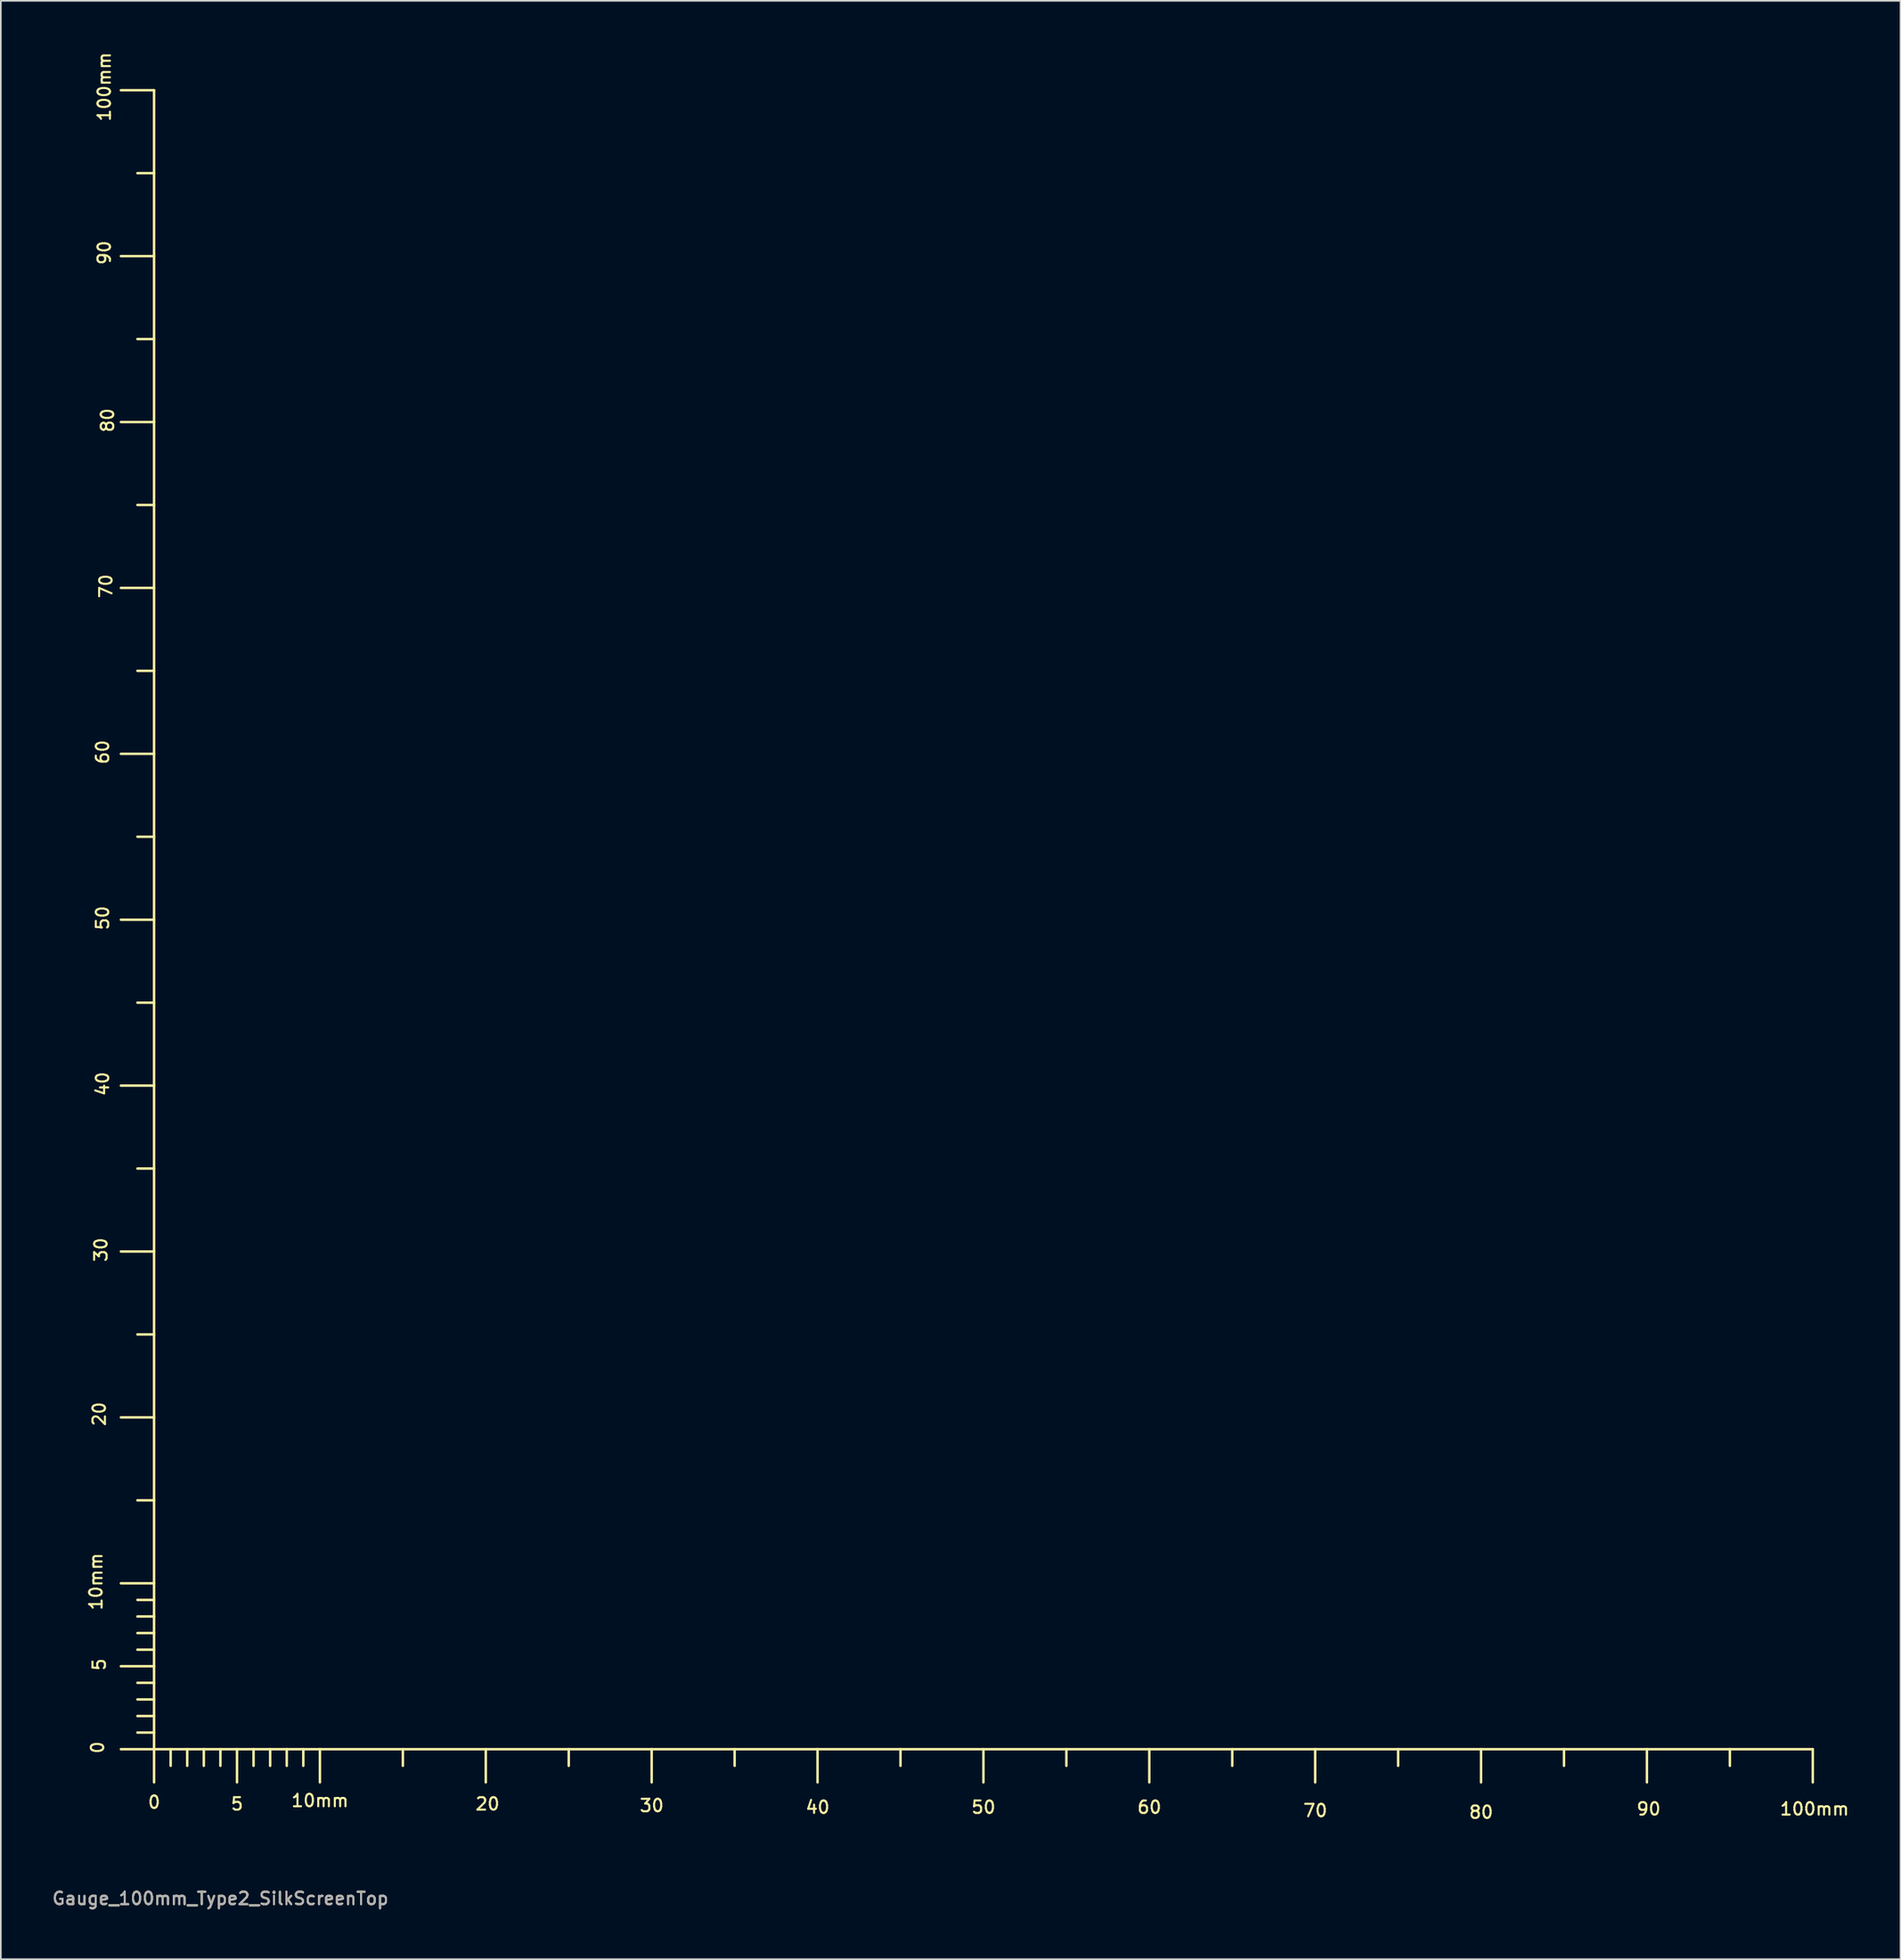
<source format=kicad_pcb>
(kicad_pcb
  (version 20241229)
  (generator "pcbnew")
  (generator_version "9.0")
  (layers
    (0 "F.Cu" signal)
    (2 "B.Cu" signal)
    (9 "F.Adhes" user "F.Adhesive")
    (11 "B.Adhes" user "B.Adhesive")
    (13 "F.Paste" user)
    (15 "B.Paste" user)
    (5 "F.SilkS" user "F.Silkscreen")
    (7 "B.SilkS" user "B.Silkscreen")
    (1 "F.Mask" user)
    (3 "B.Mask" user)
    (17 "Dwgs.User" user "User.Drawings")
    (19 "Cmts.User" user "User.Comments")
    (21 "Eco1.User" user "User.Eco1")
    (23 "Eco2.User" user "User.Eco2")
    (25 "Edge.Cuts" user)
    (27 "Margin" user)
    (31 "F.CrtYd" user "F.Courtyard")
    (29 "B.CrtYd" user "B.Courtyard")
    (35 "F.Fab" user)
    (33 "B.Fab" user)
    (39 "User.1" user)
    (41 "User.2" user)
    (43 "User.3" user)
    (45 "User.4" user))
  (footprint "Gauge_100mm_Type2_SilkScreenTop"
    (layer "F.Cu")
    (at 6.237 102.389)
    (property "Reference" "Gauge_100mm_Type2_SilkScreenTop" (at 4 8.999 0) (layer "F.SilkS") (effects (font (size 0.75 0.75) (thickness 0.125))))
    (attr exclude_from_pos_files exclude_from_bom)
    (fp_line (start 0 -100) (end -1.999 -100) (stroke (width 0.15) (type solid)) (layer "F.SilkS"))
    (fp_line (start 0 -95.001) (end -1.001 -95.001) (stroke (width 0.15) (type solid)) (layer "F.SilkS"))
    (fp_line (start 0 -90) (end -1.999 -90) (stroke (width 0.15) (type solid)) (layer "F.SilkS"))
    (fp_line (start 0 -85.001) (end -1.001 -85.001) (stroke (width 0.15) (type solid)) (layer "F.SilkS"))
    (fp_line (start 0 -80) (end -1.999 -80) (stroke (width 0.15) (type solid)) (layer "F.SilkS"))
    (fp_line (start 0 -75.001) (end -1.001 -75.001) (stroke (width 0.15) (type solid)) (layer "F.SilkS"))
    (fp_line (start 0 -70) (end -1.999 -70) (stroke (width 0.15) (type solid)) (layer "F.SilkS"))
    (fp_line (start 0 -65.001) (end -1.001 -65.001) (stroke (width 0.15) (type solid)) (layer "F.SilkS"))
    (fp_line (start 0 -60) (end -1.999 -60) (stroke (width 0.15) (type solid)) (layer "F.SilkS"))
    (fp_line (start 0 -55.001) (end -1.001 -55.001) (stroke (width 0.15) (type solid)) (layer "F.SilkS"))
    (fp_line (start 0 -50) (end -1.999 -50) (stroke (width 0.15) (type solid)) (layer "F.SilkS"))
    (fp_line (start 0 -45.001) (end -1.001 -45.001) (stroke (width 0.15) (type solid)) (layer "F.SilkS"))
    (fp_line (start 0 -40) (end -1.999 -40) (stroke (width 0.15) (type solid)) (layer "F.SilkS"))
    (fp_line (start 0 -35.001) (end -1.001 -35.001) (stroke (width 0.15) (type solid)) (layer "F.SilkS"))
    (fp_line (start 0 -30) (end -1.999 -30) (stroke (width 0.15) (type solid)) (layer "F.SilkS"))
    (fp_line (start 0 -25.001) (end -1.001 -25.001) (stroke (width 0.15) (type solid)) (layer "F.SilkS"))
    (fp_line (start 0 -20) (end -1.999 -20) (stroke (width 0.15) (type solid)) (layer "F.SilkS"))
    (fp_line (start 0 -15.001) (end -1.001 -15.001) (stroke (width 0.15) (type solid)) (layer "F.SilkS"))
    (fp_line (start 0 -10) (end -1.999 -10) (stroke (width 0.15) (type solid)) (layer "F.SilkS"))
    (fp_line (start 0 -8.999) (end -1.001 -8.999) (stroke (width 0.15) (type solid)) (layer "F.SilkS"))
    (fp_line (start 0 -8.001) (end -1.001 -8.001) (stroke (width 0.15) (type solid)) (layer "F.SilkS"))
    (fp_line (start 0 -7) (end -1.001 -7) (stroke (width 0.15) (type solid)) (layer "F.SilkS"))
    (fp_line (start 0 -5.999) (end -1.001 -5.999) (stroke (width 0.15) (type solid)) (layer "F.SilkS"))
    (fp_line (start 0 -5.001) (end -1.999 -5.001) (stroke (width 0.15) (type solid)) (layer "F.SilkS"))
    (fp_line (start 0 -4) (end -1.001 -4) (stroke (width 0.15) (type solid)) (layer "F.SilkS"))
    (fp_line (start 0 -3) (end -1.001 -3) (stroke (width 0.15) (type solid)) (layer "F.SilkS"))
    (fp_line (start 0 -1.999) (end -1.001 -1.999) (stroke (width 0.15) (type solid)) (layer "F.SilkS"))
    (fp_line (start 0 -1.001) (end -1.001 -1.001) (stroke (width 0.15) (type solid)) (layer "F.SilkS"))
    (fp_line (start 0 0) (end -1.999 0) (stroke (width 0.15) (type solid)) (layer "F.SilkS"))
    (fp_line (start 0 0) (end 0 -100) (stroke (width 0.15) (type solid)) (layer "F.SilkS"))
    (fp_line (start 0 0) (end 0 1.999) (stroke (width 0.15) (type solid)) (layer "F.SilkS"))
    (fp_line (start 0 0) (end 10 0) (stroke (width 0.15) (type solid)) (layer "F.SilkS"))
    (fp_line (start 1.001 0) (end 1.001 1.001) (stroke (width 0.15) (type solid)) (layer "F.SilkS"))
    (fp_line (start 1.999 0) (end 1.999 1.001) (stroke (width 0.15) (type solid)) (layer "F.SilkS"))
    (fp_line (start 3 0) (end 3 1.001) (stroke (width 0.15) (type solid)) (layer "F.SilkS"))
    (fp_line (start 4 0) (end 4 1.001) (stroke (width 0.15) (type solid)) (layer "F.SilkS"))
    (fp_line (start 5.001 0) (end 5.001 1.999) (stroke (width 0.15) (type solid)) (layer "F.SilkS"))
    (fp_line (start 5.999 0) (end 5.999 1.001) (stroke (width 0.15) (type solid)) (layer "F.SilkS"))
    (fp_line (start 7 0) (end 7 1.001) (stroke (width 0.15) (type solid)) (layer "F.SilkS"))
    (fp_line (start 8.001 0) (end 8.001 1.001) (stroke (width 0.15) (type solid)) (layer "F.SilkS"))
    (fp_line (start 8.999 0) (end 8.999 1.001) (stroke (width 0.15) (type solid)) (layer "F.SilkS"))
    (fp_line (start 10 0) (end 10 1.999) (stroke (width 0.15) (type solid)) (layer "F.SilkS"))
    (fp_line (start 10 0) (end 100 0) (stroke (width 0.15) (type solid)) (layer "F.SilkS"))
    (fp_line (start 15.001 0) (end 15.001 1.001) (stroke (width 0.15) (type solid)) (layer "F.SilkS"))
    (fp_line (start 20 0) (end 20 1.999) (stroke (width 0.15) (type solid)) (layer "F.SilkS"))
    (fp_line (start 25.001 0) (end 25.001 1.001) (stroke (width 0.15) (type solid)) (layer "F.SilkS"))
    (fp_line (start 30 0) (end 30 1.999) (stroke (width 0.15) (type solid)) (layer "F.SilkS"))
    (fp_line (start 35.001 0) (end 35.001 1.001) (stroke (width 0.15) (type solid)) (layer "F.SilkS"))
    (fp_line (start 40 0) (end 40 1.999) (stroke (width 0.15) (type solid)) (layer "F.SilkS"))
    (fp_line (start 45.001 0) (end 45.001 1.001) (stroke (width 0.15) (type solid)) (layer "F.SilkS"))
    (fp_line (start 50 0) (end 50 1.999) (stroke (width 0.15) (type solid)) (layer "F.SilkS"))
    (fp_line (start 55.001 0) (end 55.001 1.001) (stroke (width 0.15) (type solid)) (layer "F.SilkS"))
    (fp_line (start 60 0) (end 60 1.999) (stroke (width 0.15) (type solid)) (layer "F.SilkS"))
    (fp_line (start 65.001 0) (end 65.001 1.001) (stroke (width 0.15) (type solid)) (layer "F.SilkS"))
    (fp_line (start 70 0) (end 70 1.999) (stroke (width 0.15) (type solid)) (layer "F.SilkS"))
    (fp_line (start 75.001 0) (end 75.001 1.001) (stroke (width 0.15) (type solid)) (layer "F.SilkS"))
    (fp_line (start 80 0) (end 80 1.999) (stroke (width 0.15) (type solid)) (layer "F.SilkS"))
    (fp_line (start 85.001 0) (end 85.001 1.001) (stroke (width 0.15) (type solid)) (layer "F.SilkS"))
    (fp_line (start 90 0) (end 90 1.999) (stroke (width 0.15) (type solid)) (layer "F.SilkS"))
    (fp_line (start 95.001 0) (end 95.001 1.001) (stroke (width 0.15) (type solid)) (layer "F.SilkS"))
    (fp_line (start 100 0) (end 100 1.999) (stroke (width 0.15) (type solid)) (layer "F.SilkS"))
    (fp_text user "80" (at -2.802 -80.104 90) (layer "F.SilkS") (effects (font (size 0.75 0.75) (thickness 0.125))))
    (fp_text user "100mm" (at -3 -100.206 90) (layer "F.SilkS") (effects (font (size 0.75 0.75) (thickness 0.125))))
    (fp_text user "40" (at 40.005 3.5 0) (layer "F.SilkS") (effects (font (size 0.75 0.75) (thickness 0.125))))
    (fp_text user "90" (at -3 -90.206 90) (layer "F.SilkS") (effects (font (size 0.75 0.75) (thickness 0.125))))
    (fp_text user "5" (at -3.302 -5.103 90) (layer "F.SilkS") (effects (font (size 0.75 0.75) (thickness 0.125))))
    (fp_text user "70" (at -2.901 -70.104 90) (layer "F.SilkS") (effects (font (size 0.75 0.75) (thickness 0.125))))
    (fp_text user "60" (at -3.101 -60.104 90) (layer "F.SilkS") (effects (font (size 0.75 0.75) (thickness 0.125))))
    (fp_text user "30" (at -3.203 -30.104 90) (layer "F.SilkS") (effects (font (size 0.75 0.75) (thickness 0.125))))
    (fp_text user "20" (at 20.104 3.299 0) (layer "F.SilkS") (effects (font (size 0.75 0.75) (thickness 0.125))))
    (fp_text user "100mm" (at 100.106 3.602 0) (layer "F.SilkS") (effects (font (size 0.75 0.75) (thickness 0.125))))
    (fp_text user "50" (at -3.101 -50.104 90) (layer "F.SilkS") (effects (font (size 0.75 0.75) (thickness 0.125))))
    (fp_text user "10mm" (at 10.005 3.099 0) (layer "F.SilkS") (effects (font (size 0.75 0.75) (thickness 0.125))))
    (fp_text user "60" (at 60.005 3.5 0) (layer "F.SilkS") (effects (font (size 0.75 0.75) (thickness 0.125))))
    (fp_text user "0" (at -3.404 -0.104 90) (layer "F.SilkS") (effects (font (size 0.75 0.75) (thickness 0.125))))
    (fp_text user "70" (at 70.005 3.701 0) (layer "F.SilkS") (effects (font (size 0.75 0.75) (thickness 0.125))))
    (fp_text user "50" (at 50.005 3.5 0) (layer "F.SilkS") (effects (font (size 0.75 0.75) (thickness 0.125))))
    (fp_text user "90" (at 90.106 3.602 0) (layer "F.SilkS") (effects (font (size 0.75 0.75) (thickness 0.125))))
    (fp_text user "5" (at 5.004 3.299 0) (layer "F.SilkS") (effects (font (size 0.75 0.75) (thickness 0.125))))
    (fp_text user "40" (at -3.101 -40.104 90) (layer "F.SilkS") (effects (font (size 0.75 0.75) (thickness 0.125))))
    (fp_text user "0" (at 0.005 3.198 0) (layer "F.SilkS") (effects (font (size 0.75 0.75) (thickness 0.125))))
    (fp_text user "20" (at -3.302 -20.203 90) (layer "F.SilkS") (effects (font (size 0.75 0.75) (thickness 0.125))))
    (fp_text user "10mm" (at -3.503 -10.104 90) (layer "F.SilkS") (effects (font (size 0.75 0.75) (thickness 0.125))))
    (fp_text user "80" (at 80.005 3.8 0) (layer "F.SilkS") (effects (font (size 0.75 0.75) (thickness 0.125))))
    (fp_text user "30" (at 30.005 3.399 0) (layer "F.SilkS") (effects (font (size 0.75 0.75) (thickness 0.125))))
    (fp_text user "${REFERENCE}" (at 4 8.999 0) (layer "F.Fab") (effects (font (size 0.75 0.75) (thickness 0.125)))))
  (gr_rect
    (start -3 -3)
    (end 111.527 115.047)
    (stroke (width 0.1) (type default))
    (fill no)
    (layer "Edge.Cuts")))
</source>
